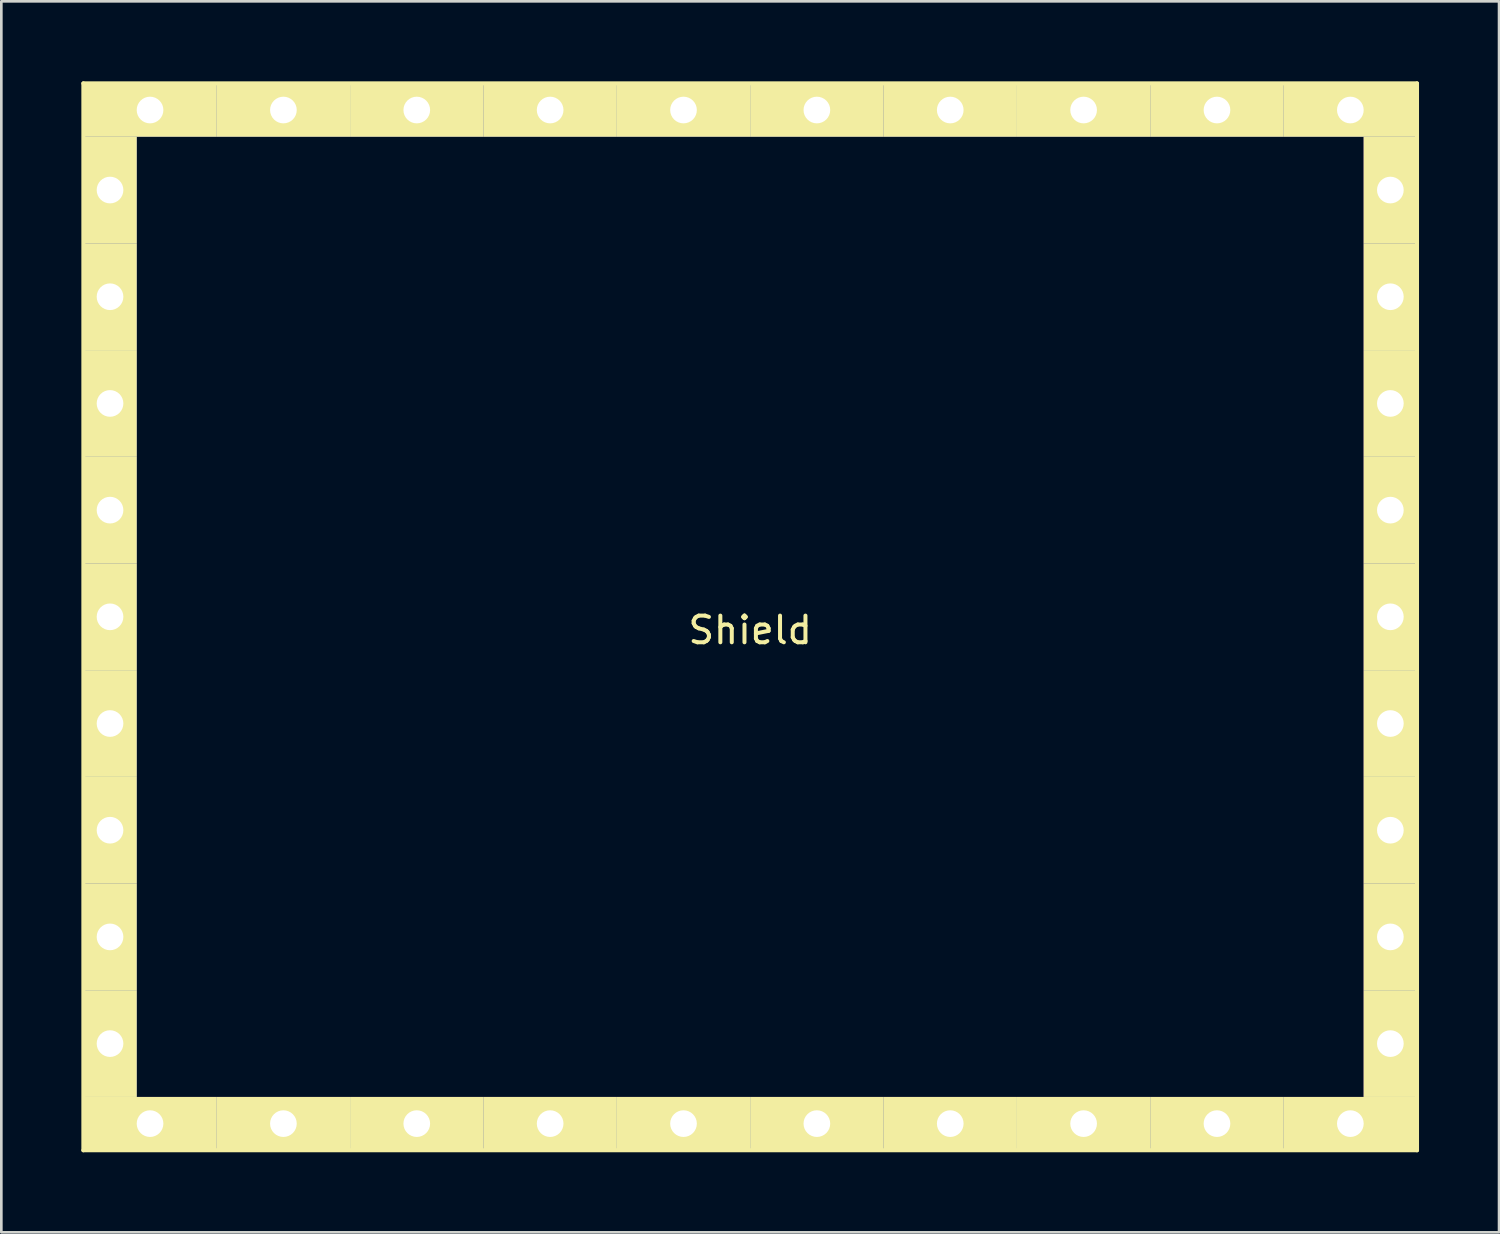
<source format=kicad_pcb>
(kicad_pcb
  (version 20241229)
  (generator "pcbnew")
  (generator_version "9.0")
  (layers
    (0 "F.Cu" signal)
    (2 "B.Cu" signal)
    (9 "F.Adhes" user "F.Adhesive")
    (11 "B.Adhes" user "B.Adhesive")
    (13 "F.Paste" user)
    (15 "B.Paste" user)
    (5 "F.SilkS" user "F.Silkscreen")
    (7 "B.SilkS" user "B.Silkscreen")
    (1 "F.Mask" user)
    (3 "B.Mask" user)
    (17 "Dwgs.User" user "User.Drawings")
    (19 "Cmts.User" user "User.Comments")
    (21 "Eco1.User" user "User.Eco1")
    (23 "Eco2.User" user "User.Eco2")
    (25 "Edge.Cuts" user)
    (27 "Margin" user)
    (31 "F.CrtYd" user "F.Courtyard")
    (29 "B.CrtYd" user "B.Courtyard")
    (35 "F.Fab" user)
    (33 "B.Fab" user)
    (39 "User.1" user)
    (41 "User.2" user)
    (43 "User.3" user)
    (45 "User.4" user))
  (footprint "Shield"
    (layer "F.Cu")
    (at 25.075 20.075)
    (property "Reference" "Shield" (at 0 0.5 0) (layer "F.SilkS") (effects (font (size 1 1) (thickness 0.15))))
    (attr through_hole)
    (fp_line (start -25 -20) (end 25 -20) (stroke (width 0.15) (type solid)) (layer "F.SilkS"))
    (fp_line (start -25 20) (end -25 -20) (stroke (width 0.15) (type solid)) (layer "F.SilkS"))
    (fp_line (start 25 -20) (end 25 20) (stroke (width 0.15) (type solid)) (layer "F.SilkS"))
    (fp_line (start 25 20) (end -25 20) (stroke (width 0.15) (type solid)) (layer "F.SilkS"))
    (pad "1" thru_hole rect (at -24 -16) (size 2 4) (drill 1) (layers "*.Cu" "*.Mask" "F.SilkS"))
    (pad "1" thru_hole rect (at -24 -12) (size 2 4) (drill 1) (layers "*.Cu" "*.Mask" "F.SilkS"))
    (pad "1" thru_hole rect (at -24 -8) (size 2 4) (drill 1) (layers "*.Cu" "*.Mask" "F.SilkS"))
    (pad "1" thru_hole rect (at -24 -4) (size 2 4) (drill 1) (layers "*.Cu" "*.Mask" "F.SilkS"))
    (pad "1" thru_hole rect (at -24 0) (size 2 4) (drill 1) (layers "*.Cu" "*.Mask" "F.SilkS"))
    (pad "1" thru_hole rect (at -24 4) (size 2 4) (drill 1) (layers "*.Cu" "*.Mask" "F.SilkS"))
    (pad "1" thru_hole rect (at -24 8) (size 2 4) (drill 1) (layers "*.Cu" "*.Mask" "F.SilkS"))
    (pad "1" thru_hole rect (at -24 12) (size 2 4) (drill 1) (layers "*.Cu" "*.Mask" "F.SilkS"))
    (pad "1" thru_hole rect (at -24 16) (size 2 4) (drill 1) (layers "*.Cu" "*.Mask" "F.SilkS"))
    (pad "1" thru_hole rect (at -22.5 -19) (size 5 2) (drill 1) (layers "*.Cu" "*.Mask" "F.SilkS"))
    (pad "1" thru_hole rect (at -22.5 19) (size 5 2) (drill 1) (layers "*.Cu" "*.Mask" "F.SilkS"))
    (pad "1" thru_hole rect (at -17.5 -19) (size 5 2) (drill 1) (layers "*.Cu" "*.Mask" "F.SilkS"))
    (pad "1" thru_hole rect (at -17.5 19) (size 5 2) (drill 1) (layers "*.Cu" "*.Mask" "F.SilkS"))
    (pad "1" thru_hole rect (at -12.5 -19) (size 5 2) (drill 1) (layers "*.Cu" "*.Mask" "F.SilkS"))
    (pad "1" thru_hole rect (at -12.5 19) (size 5 2) (drill 1) (layers "*.Cu" "*.Mask" "F.SilkS"))
    (pad "1" thru_hole rect (at -7.5 -19) (size 5 2) (drill 1) (layers "*.Cu" "*.Mask" "F.SilkS"))
    (pad "1" thru_hole rect (at -7.5 19) (size 5 2) (drill 1) (layers "*.Cu" "*.Mask" "F.SilkS"))
    (pad "1" thru_hole rect (at -2.5 -19) (size 5 2) (drill 1) (layers "*.Cu" "*.Mask" "F.SilkS"))
    (pad "1" thru_hole rect (at -2.5 19) (size 5 2) (drill 1) (layers "*.Cu" "*.Mask" "F.SilkS"))
    (pad "1" thru_hole rect (at 2.5 -19) (size 5 2) (drill 1) (layers "*.Cu" "*.Mask" "F.SilkS"))
    (pad "1" thru_hole rect (at 2.5 19) (size 5 2) (drill 1) (layers "*.Cu" "*.Mask" "F.SilkS"))
    (pad "1" thru_hole rect (at 7.5 -19) (size 5 2) (drill 1) (layers "*.Cu" "*.Mask" "F.SilkS"))
    (pad "1" thru_hole rect (at 7.5 19) (size 5 2) (drill 1) (layers "*.Cu" "*.Mask" "F.SilkS"))
    (pad "1" thru_hole rect (at 12.5 -19) (size 5 2) (drill 1) (layers "*.Cu" "*.Mask" "F.SilkS"))
    (pad "1" thru_hole rect (at 12.5 19) (size 5 2) (drill 1) (layers "*.Cu" "*.Mask" "F.SilkS"))
    (pad "1" thru_hole rect (at 17.5 -19) (size 5 2) (drill 1) (layers "*.Cu" "*.Mask" "F.SilkS"))
    (pad "1" thru_hole rect (at 17.5 19) (size 5 2) (drill 1) (layers "*.Cu" "*.Mask" "F.SilkS"))
    (pad "1" thru_hole rect (at 22.5 -19) (size 5 2) (drill 1) (layers "*.Cu" "*.Mask" "F.SilkS"))
    (pad "1" thru_hole rect (at 22.5 19) (size 5 2) (drill 1) (layers "*.Cu" "*.Mask" "F.SilkS"))
    (pad "1" thru_hole rect (at 24 -16) (size 2 4) (drill 1) (layers "*.Cu" "*.Mask" "F.SilkS"))
    (pad "1" thru_hole rect (at 24 -12) (size 2 4) (drill 1) (layers "*.Cu" "*.Mask" "F.SilkS"))
    (pad "1" thru_hole rect (at 24 -8) (size 2 4) (drill 1) (layers "*.Cu" "*.Mask" "F.SilkS"))
    (pad "1" thru_hole rect (at 24 -4) (size 2 4) (drill 1) (layers "*.Cu" "*.Mask" "F.SilkS"))
    (pad "1" thru_hole rect (at 24 0) (size 2 4) (drill 1) (layers "*.Cu" "*.Mask" "F.SilkS"))
    (pad "1" thru_hole rect (at 24 4) (size 2 4) (drill 1) (layers "*.Cu" "*.Mask" "F.SilkS"))
    (pad "1" thru_hole rect (at 24 8) (size 2 4) (drill 1) (layers "*.Cu" "*.Mask" "F.SilkS"))
    (pad "1" thru_hole rect (at 24 12) (size 2 4) (drill 1) (layers "*.Cu" "*.Mask" "F.SilkS"))
    (pad "1" thru_hole rect (at 24 16) (size 2 4) (drill 1) (layers "*.Cu" "*.Mask" "F.SilkS")))
  (gr_rect
    (start -3 -3)
    (end 53.15 43.15)
    (stroke (width 0.1) (type default))
    (fill no)
    (layer "Edge.Cuts")))
</source>
